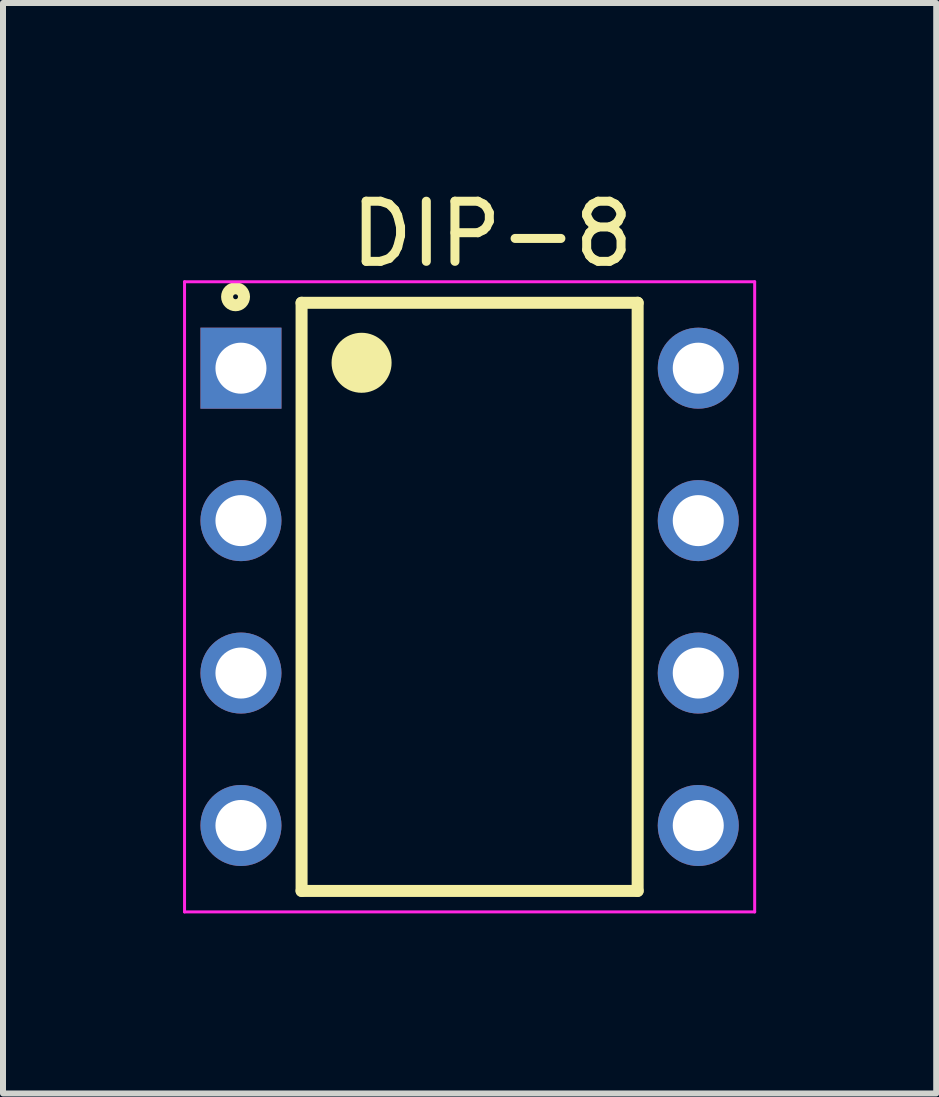
<source format=kicad_pcb>
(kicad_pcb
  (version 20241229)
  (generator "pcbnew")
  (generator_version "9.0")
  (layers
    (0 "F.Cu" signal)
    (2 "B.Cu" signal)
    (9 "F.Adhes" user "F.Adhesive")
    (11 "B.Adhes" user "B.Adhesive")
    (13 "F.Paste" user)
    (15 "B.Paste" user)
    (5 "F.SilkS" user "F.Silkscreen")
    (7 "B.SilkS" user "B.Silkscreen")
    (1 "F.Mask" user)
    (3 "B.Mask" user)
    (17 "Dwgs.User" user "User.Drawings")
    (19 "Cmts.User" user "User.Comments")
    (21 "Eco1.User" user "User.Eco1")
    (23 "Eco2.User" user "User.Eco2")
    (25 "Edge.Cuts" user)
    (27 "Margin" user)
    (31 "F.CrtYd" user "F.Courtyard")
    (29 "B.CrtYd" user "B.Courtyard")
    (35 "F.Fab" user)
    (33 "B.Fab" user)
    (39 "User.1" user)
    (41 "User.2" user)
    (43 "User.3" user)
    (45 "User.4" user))
  (footprint "DIP-8"
    (layer "F.Cu")
    (at 4.775 6.895)
    (property "Reference" "DIP-8" (at 0.376 -6.046 0) (layer "F.SilkS") (effects (font (size 1.002 1.002) (thickness 0.15))))
    (attr through_hole)
    (fp_line (start -2.8 -4.9) (end 2.8 -4.9) (stroke (width 0.2) (type solid)) (layer "F.SilkS"))
    (fp_line (start -2.8 4.9) (end -2.8 -4.9) (stroke (width 0.2) (type solid)) (layer "F.SilkS"))
    (fp_line (start 2.8 -4.9) (end 2.8 4.9) (stroke (width 0.2) (type solid)) (layer "F.SilkS"))
    (fp_line (start 2.8 4.9) (end -2.8 4.9) (stroke (width 0.2) (type solid)) (layer "F.SilkS"))
    (fp_circle (center -3.9 -5) (end -3.759 -5) (stroke (width 0.2) (type solid)) (fill no) (layer "F.SilkS"))
    (fp_circle (center -1.9 -3.9) (end -1.759 -3.9) (stroke (width 0.2) (type solid)) (fill no) (layer "F.SilkS"))
    (fp_circle (center -1.8 -3.9) (end -1.576 -3.9) (stroke (width 0.2) (type solid)) (fill no) (layer "F.SilkS"))
    (fp_circle (center -1.8 -3.9) (end -1.4 -3.9) (stroke (width 0.2) (type solid)) (fill no) (layer "F.SilkS"))
    (fp_circle (center -1.7 -3.9) (end -1.5 -3.9) (stroke (width 0.2) (type solid)) (fill no) (layer "F.SilkS"))
    (fp_line (start -4.75 -5.25) (end 4.75 -5.25) (stroke (width 0.05) (type solid)) (layer "F.CrtYd"))
    (fp_line (start -4.75 5.25) (end -4.75 -5.25) (stroke (width 0.05) (type solid)) (layer "F.CrtYd"))
    (fp_line (start 4.75 -5.25) (end 4.75 5.25) (stroke (width 0.05) (type solid)) (layer "F.CrtYd"))
    (fp_line (start 4.75 5.25) (end -4.75 5.25) (stroke (width 0.05) (type solid)) (layer "F.CrtYd"))
    (pad "1" thru_hole rect (at -3.81 -3.81) (size 1.35 1.35) (drill 0.85) (layers "*.Cu" "*.Mask"))
    (pad "2" thru_hole circle (at -3.81 -1.27) (size 1.35 1.35) (drill 0.85) (layers "*.Cu" "*.Mask"))
    (pad "3" thru_hole circle (at -3.81 1.27) (size 1.35 1.35) (drill 0.85) (layers "*.Cu" "*.Mask"))
    (pad "4" thru_hole circle (at -3.81 3.81) (size 1.35 1.35) (drill 0.85) (layers "*.Cu" "*.Mask"))
    (pad "5" thru_hole circle (at 3.81 3.81) (size 1.35 1.35) (drill 0.85) (layers "*.Cu" "*.Mask"))
    (pad "6" thru_hole circle (at 3.81 1.27) (size 1.35 1.35) (drill 0.85) (layers "*.Cu" "*.Mask"))
    (pad "7" thru_hole circle (at 3.81 -1.27) (size 1.35 1.35) (drill 0.85) (layers "*.Cu" "*.Mask"))
    (pad "8" thru_hole circle (at 3.81 -3.81) (size 1.35 1.35) (drill 0.85) (layers "*.Cu" "*.Mask")))
  (gr_rect
    (start -3 -3)
    (end 12.55 15.17)
    (stroke (width 0.1) (type default))
    (fill no)
    (layer "Edge.Cuts")))
</source>
